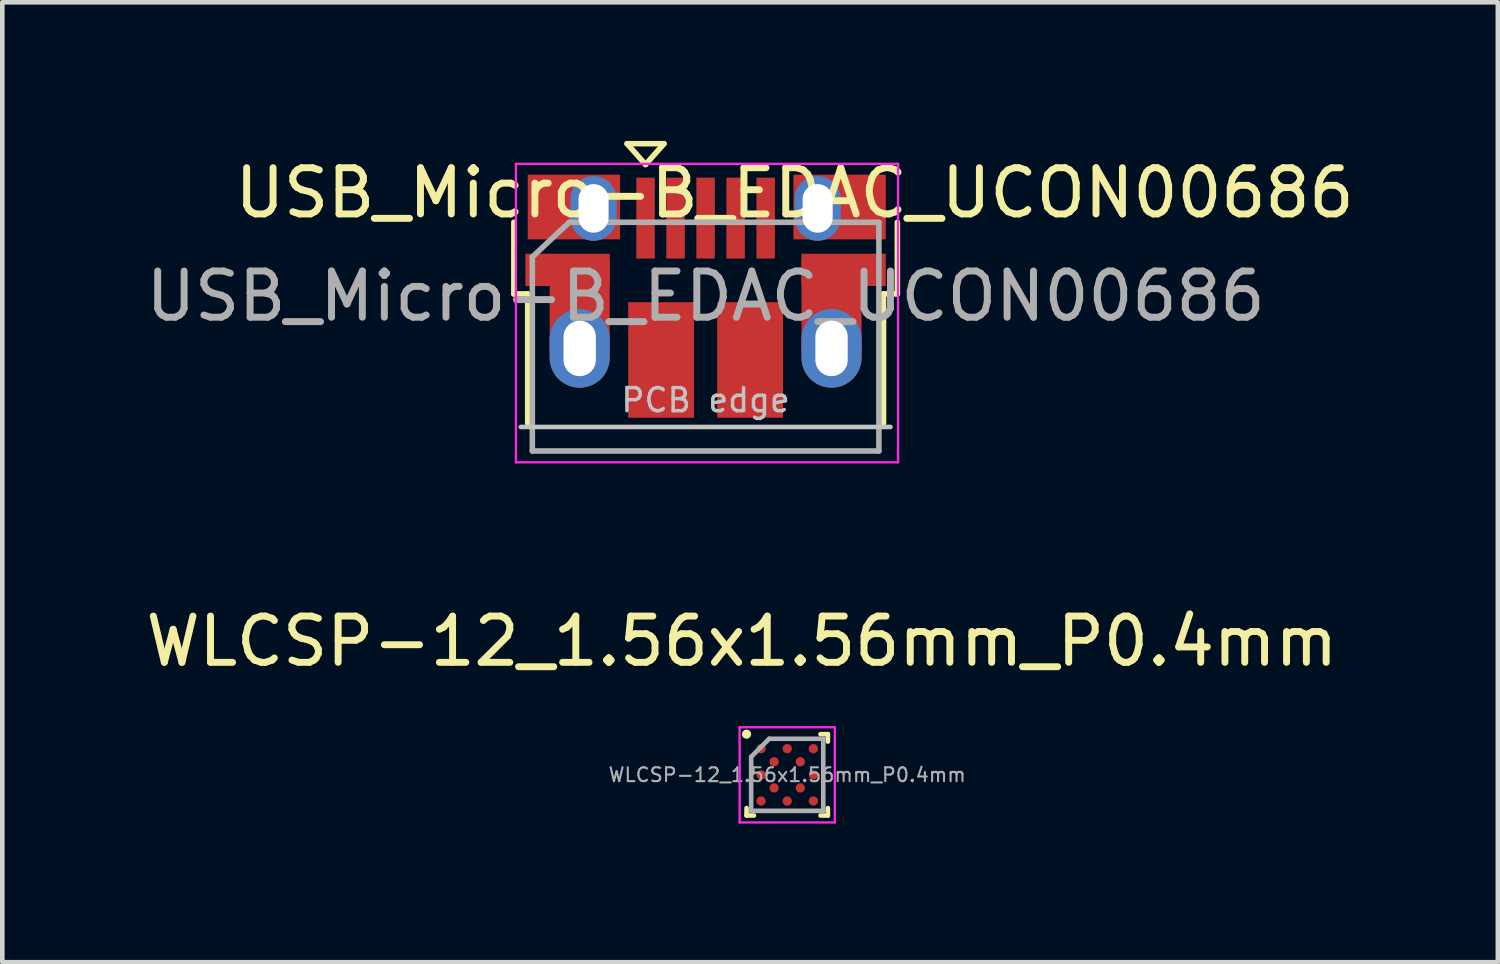
<source format=kicad_pcb>
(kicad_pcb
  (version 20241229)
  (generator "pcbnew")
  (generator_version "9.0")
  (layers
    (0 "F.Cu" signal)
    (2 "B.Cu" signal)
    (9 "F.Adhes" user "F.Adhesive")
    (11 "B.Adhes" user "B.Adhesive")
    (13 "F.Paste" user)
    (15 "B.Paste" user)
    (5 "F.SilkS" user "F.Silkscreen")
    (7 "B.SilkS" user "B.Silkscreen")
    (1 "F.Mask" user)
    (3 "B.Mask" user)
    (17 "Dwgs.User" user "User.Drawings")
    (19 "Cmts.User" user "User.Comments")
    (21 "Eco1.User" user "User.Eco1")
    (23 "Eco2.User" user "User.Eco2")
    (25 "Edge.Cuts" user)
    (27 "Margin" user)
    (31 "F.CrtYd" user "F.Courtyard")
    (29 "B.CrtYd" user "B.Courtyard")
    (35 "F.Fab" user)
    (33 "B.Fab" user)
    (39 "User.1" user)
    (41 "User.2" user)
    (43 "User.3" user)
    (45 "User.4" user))
  (footprint "USB_Micro-B_EDAC_UCON00686"
    (layer "F.Cu")
    (at 12.22 4.49)
    (property "Reference" "USB_Micro-B_EDAC_UCON00686" (at 1.925 -3.365 0) (layer "F.SilkS") (effects (font (size 1 1) (thickness 0.15))))
    (attr smd)
    (fp_line (start -4.15 -1.18) (end -4.15 -2.73) (stroke (width 0.12) (type solid)) (layer "F.SilkS"))
    (fp_line (start -4.15 -1.18) (end -3.85 -1.18) (stroke (width 0.12) (type solid)) (layer "F.SilkS"))
    (fp_line (start -3.85 1.62) (end -3.85 -1.18) (stroke (width 0.12) (type solid)) (layer "F.SilkS"))
    (fp_line (start -1.7 -4.43) (end -0.9 -4.43) (stroke (width 0.12) (type solid)) (layer "F.SilkS"))
    (fp_line (start -1.3 -3.98) (end -1.7 -4.43) (stroke (width 0.12) (type solid)) (layer "F.SilkS"))
    (fp_line (start -0.9 -4.43) (end -1.3 -3.98) (stroke (width 0.12) (type solid)) (layer "F.SilkS"))
    (fp_line (start 3.85 -1.18) (end 4.15 -1.18) (stroke (width 0.12) (type solid)) (layer "F.SilkS"))
    (fp_line (start 3.85 1.62) (end 3.85 -1.18) (stroke (width 0.12) (type solid)) (layer "F.SilkS"))
    (fp_line (start 4.15 -1.18) (end 4.15 -2.73) (stroke (width 0.12) (type solid)) (layer "F.SilkS"))
    (fp_line (start -4 1.7) (end 4 1.7) (stroke (width 0.1) (type solid)) (layer "Dwgs.User"))
    (fp_line (start -4.105 -3.995) (end -4.105 2.465) (stroke (width 0.05) (type solid)) (layer "F.CrtYd"))
    (fp_line (start -4.105 -3.995) (end 4.165 -3.995) (stroke (width 0.05) (type solid)) (layer "F.CrtYd"))
    (fp_line (start 4.165 2.465) (end -4.105 2.465) (stroke (width 0.05) (type solid)) (layer "F.CrtYd"))
    (fp_line (start 4.165 2.465) (end 4.165 -3.995) (stroke (width 0.05) (type solid)) (layer "F.CrtYd"))
    (fp_line (start -3.75 -1.98) (end -2.95 -2.73) (stroke (width 0.12) (type solid)) (layer "F.Fab"))
    (fp_line (start -3.75 2.22) (end -3.75 -1.98) (stroke (width 0.12) (type solid)) (layer "F.Fab"))
    (fp_line (start -2.95 -2.73) (end 3.75 -2.73) (stroke (width 0.12) (type solid)) (layer "F.Fab"))
    (fp_line (start 3.75 -2.73) (end 3.75 2.22) (stroke (width 0.12) (type solid)) (layer "F.Fab"))
    (fp_line (start 3.75 2.22) (end -3.75 2.22) (stroke (width 0.12) (type solid)) (layer "F.Fab"))
    (fp_text user "PCB edge" (at 0 1.12 0) (layer "Dwgs.User") (effects (font (size 0.5 0.5) (thickness 0.075))))
    (fp_text user "${REFERENCE}" (at 0 -1.13 0) (layer "F.Fab") (effects (font (size 1 1) (thickness 0.15))))
    (pad "1" smd rect (at -1.3 -2.82 90) (size 1.75 0.4) (layers "F.Cu" "F.Mask" "F.Paste"))
    (pad "2" smd rect (at -0.65 -2.82 90) (size 1.75 0.4) (layers "F.Cu" "F.Mask" "F.Paste"))
    (pad "3" smd rect (at 0 -2.82 90) (size 1.75 0.4) (layers "F.Cu" "F.Mask" "F.Paste"))
    (pad "4" smd rect (at 0.65 -2.82 90) (size 1.75 0.4) (layers "F.Cu" "F.Mask" "F.Paste"))
    (pad "5" smd rect (at 1.3 -2.82 90) (size 1.75 0.4) (layers "F.Cu" "F.Mask" "F.Paste"))
    (pad "6" smd rect (at -2.987 -1.7) (size 1.825 0.7) (layers "F.Cu" "F.Mask" "F.Paste"))
    (pad "6" smd rect (at -2.85 -3.06) (size 2 1.4) (layers "F.Cu" "F.Mask" "F.Paste"))
    (pad "6" smd rect (at -2.725 -0.93) (size 1.3 2) (layers "F.Cu" "F.Mask" "F.Paste"))
    (pad "6" thru_hole oval (at -2.725 0 90) (size 1.7 1.3) (drill oval 1.2 0.7) (layers "*.Cu" "*.Mask"))
    (pad "6" thru_hole oval (at -2.425 -3.03 90) (size 1.4 1) (drill oval 1.05 0.65) (layers "*.Cu" "*.Mask"))
    (pad "6" smd rect (at -0.963 0.25 90) (size 2.5 1.425) (layers "F.Cu" "F.Mask" "F.Paste"))
    (pad "6" smd rect (at 0.963 0.25 90) (size 2.5 1.425) (layers "F.Cu" "F.Mask" "F.Paste"))
    (pad "6" thru_hole oval (at 2.425 -3.03 90) (size 1.4 1) (drill oval 1.05 0.65) (layers "*.Cu" "*.Mask"))
    (pad "6" smd rect (at 2.725 -0.93) (size 1.3 2) (layers "F.Cu" "F.Mask" "F.Paste"))
    (pad "6" thru_hole oval (at 2.725 0 90) (size 1.7 1.3) (drill oval 1.2 0.7) (layers "*.Cu" "*.Mask"))
    (pad "6" smd rect (at 2.9 -3.06) (size 2 1.4) (layers "F.Cu" "F.Mask" "F.Paste"))
    (pad "6" smd rect (at 2.987 -1.7) (size 1.825 0.7) (layers "F.Cu" "F.Mask" "F.Paste")))
  (footprint "WLCSP-12_1.56x1.56mm_P0.4mm"
    (layer "F.Cu")
    (at 13.906 13.728)
    (property "Reference" "WLCSP-12_1.56x1.56mm_P0.4mm" (at -0.9 -2.9 0) (unlocked yes) (layer "F.SilkS") (effects (font (size 1 1) (thickness 0.15))))
    (attr smd)
    (fp_line (start -0.8 0.87) (end -0.8 0.71) (stroke (width 0.1) (type solid)) (layer "F.SilkS"))
    (fp_line (start -0.8 0.87) (end -0.64 0.87) (stroke (width 0.1) (type solid)) (layer "F.SilkS"))
    (fp_line (start 0.96 -0.89) (end 0.8 -0.89) (stroke (width 0.1) (type solid)) (layer "F.SilkS"))
    (fp_line (start 0.96 -0.89) (end 0.96 -0.73) (stroke (width 0.1) (type solid)) (layer "F.SilkS"))
    (fp_line (start 0.96 0.87) (end 0.8 0.87) (stroke (width 0.1) (type solid)) (layer "F.SilkS"))
    (fp_line (start 0.96 0.87) (end 0.96 0.71) (stroke (width 0.1) (type solid)) (layer "F.SilkS"))
    (fp_circle (center -0.8 -0.89) (end -0.75 -0.89) (stroke (width 0.1) (type solid)) (fill no) (layer "F.SilkS"))
    (fp_line (start -0.95 -1.04) (end -0.95 1.02) (stroke (width 0.05) (type solid)) (layer "F.CrtYd"))
    (fp_line (start -0.95 -1.04) (end 1.11 -1.04) (stroke (width 0.05) (type solid)) (layer "F.CrtYd"))
    (fp_line (start -0.95 1.02) (end 1.11 1.02) (stroke (width 0.05) (type solid)) (layer "F.CrtYd"))
    (fp_line (start 1.11 -1.04) (end 1.11 1.02) (stroke (width 0.05) (type solid)) (layer "F.CrtYd"))
    (fp_line (start -0.7 -0.4) (end -0.31 -0.79) (stroke (width 0.1) (type solid)) (layer "F.Fab"))
    (fp_line (start -0.7 0.77) (end -0.7 -0.4) (stroke (width 0.1) (type solid)) (layer "F.Fab"))
    (fp_line (start -0.31 -0.79) (end 0.86 -0.79) (stroke (width 0.1) (type solid)) (layer "F.Fab"))
    (fp_line (start 0.86 0.77) (end -0.7 0.77) (stroke (width 0.1) (type solid)) (layer "F.Fab"))
    (fp_line (start 0.86 0.77) (end 0.86 -0.79) (stroke (width 0.1) (type solid)) (layer "F.Fab"))
    (fp_text user "${REFERENCE}" (at 0.08 -0.01 0) (layer "F.Fab") (effects (font (size 0.3 0.3) (thickness 0.045))))
    (pad "A1" smd circle (at -0.486 -0.576) (size 0.2 0.2) (layers "F.Cu" "F.Mask" "F.Paste"))
    (pad "A3" smd circle (at 0.08 -0.576) (size 0.2 0.2) (layers "F.Cu" "F.Mask" "F.Paste"))
    (pad "A5" smd circle (at 0.646 -0.576) (size 0.2 0.2) (layers "F.Cu" "F.Mask" "F.Paste"))
    (pad "B2" smd circle (at -0.203 -0.293) (size 0.2 0.2) (layers "F.Cu" "F.Mask" "F.Paste"))
    (pad "B4" smd circle (at 0.363 -0.293) (size 0.2 0.2) (layers "F.Cu" "F.Mask" "F.Paste"))
    (pad "C1" smd circle (at -0.486 -0.01) (size 0.2 0.2) (layers "F.Cu" "F.Mask" "F.Paste"))
    (pad "C5" smd circle (at 0.646 -0.01) (size 0.2 0.2) (layers "F.Cu" "F.Mask" "F.Paste"))
    (pad "D2" smd circle (at -0.203 0.273) (size 0.2 0.2) (layers "F.Cu" "F.Mask" "F.Paste"))
    (pad "D4" smd circle (at 0.363 0.273) (size 0.2 0.2) (layers "F.Cu" "F.Mask" "F.Paste"))
    (pad "E1" smd circle (at -0.486 0.556) (size 0.2 0.2) (layers "F.Cu" "F.Mask" "F.Paste"))
    (pad "E3" smd circle (at 0.08 0.556) (size 0.2 0.2) (layers "F.Cu" "F.Mask" "F.Paste"))
    (pad "E5" smd circle (at 0.646 0.556) (size 0.2 0.2) (layers "F.Cu" "F.Mask" "F.Paste")))
  (gr_rect
    (start -3 -3)
    (end 29.365 17.773)
    (stroke (width 0.1) (type default))
    (fill no)
    (layer "Edge.Cuts")))
</source>
